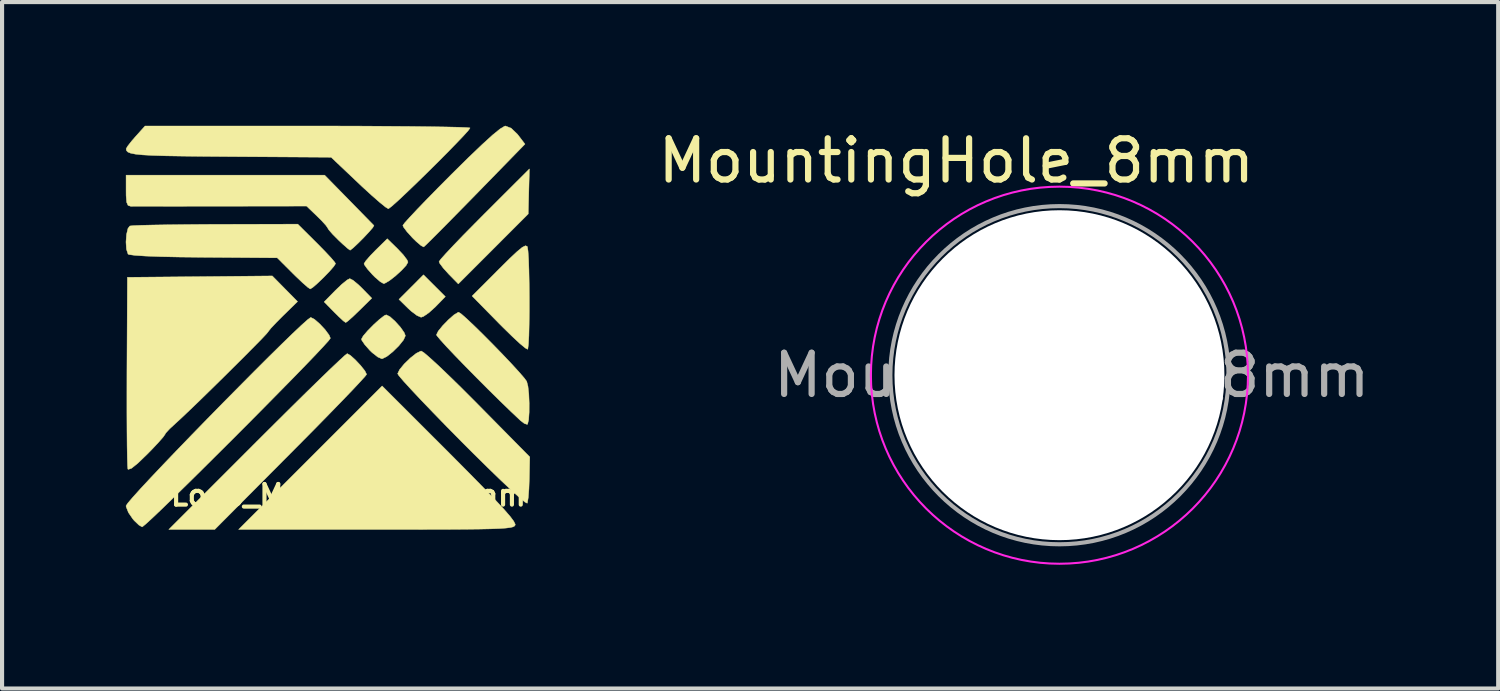
<source format=kicad_pcb>
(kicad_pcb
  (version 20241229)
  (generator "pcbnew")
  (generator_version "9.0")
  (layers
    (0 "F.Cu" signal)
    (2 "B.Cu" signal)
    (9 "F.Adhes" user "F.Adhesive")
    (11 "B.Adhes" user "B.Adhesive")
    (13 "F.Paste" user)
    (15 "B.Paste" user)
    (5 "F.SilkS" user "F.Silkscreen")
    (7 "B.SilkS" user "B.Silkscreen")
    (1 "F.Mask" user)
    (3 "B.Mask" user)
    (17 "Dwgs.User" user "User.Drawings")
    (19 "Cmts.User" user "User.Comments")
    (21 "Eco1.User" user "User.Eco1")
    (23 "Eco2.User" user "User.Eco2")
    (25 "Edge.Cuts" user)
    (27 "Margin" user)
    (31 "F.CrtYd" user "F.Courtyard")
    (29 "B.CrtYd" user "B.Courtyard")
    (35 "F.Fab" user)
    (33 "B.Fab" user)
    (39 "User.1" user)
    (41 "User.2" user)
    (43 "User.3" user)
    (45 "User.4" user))
  (footprint "MountingHole_8mm"
    (layer "F.Cu")
    (at 22.64 6.048)
    (property "Reference" "MountingHole_8mm" (at -2.5 -5.2 0) (unlocked yes) (layer "F.SilkS") (effects (font (size 1 1) (thickness 0.15))))
    (attr through_hole)
    (fp_circle (center 0 0) (end 4.572 0) (stroke (width 0.05) (type solid)) (fill no) (layer "F.CrtYd"))
    (fp_circle (center 0 0) (end 4.1 0) (stroke (width 0.1) (type solid)) (fill no) (layer "F.Fab"))
    (fp_text user "${REFERENCE}" (at 0.3 0 0) (layer "F.Fab") (effects (font (size 1 1) (thickness 0.15))))
    (pad "" np_thru_hole circle (at 0 0) (size 8 8) (drill 8) (layers "*.Cu" "*.Mask")))
  (footprint "Logo_Magnitude_10mm"
    (layer "F.Cu")
    (at 4.899 4.96)
    (property "Reference" "Logo_Magnitude_10mm" (at 0.5 4 0) (layer "F.SilkS") (effects (font (size 0.5 0.5) (thickness 0.1))))
    (attr exclude_from_pos_files exclude_from_bom)
    (fp_poly (pts (xy 2.85 -0.817) (xy 2.604 -0.565) (xy 2.451 -0.427) (xy 2.32 -0.337) (xy 2.261 -0.317) (xy 2.161 -0.36) (xy 2.019 -0.467) (xy 1.944 -0.536) (xy 1.725 -0.751) (xy 2.023 -1.049) (xy 2.32 -1.347) (xy 2.85 -0.817)) (stroke (width 0.01) (type solid)) (fill yes) (layer "F.SilkS"))
    (fp_poly (pts (xy 4.86 -2.823) (xy 4.012 -1.974) (xy 3.164 -1.126) (xy 2.93 -1.365) (xy 2.799 -1.51) (xy 2.714 -1.624) (xy 2.697 -1.665) (xy 2.739 -1.725) (xy 2.859 -1.859) (xy 3.044 -2.057) (xy 3.282 -2.304) (xy 3.562 -2.588) (xy 3.792 -2.82) (xy 4.888 -3.914) (xy 4.86 -2.823)) (stroke (width 0.01) (type solid)) (fill yes) (layer "F.SilkS"))
    (fp_poly (pts (xy 0.613 -1.213) (xy 0.742 -1.106) (xy 0.834 -1.017) (xy 1.066 -0.779) (xy 0.766 -0.484) (xy 0.61 -0.334) (xy 0.491 -0.228) (xy 0.434 -0.188) (xy 0.376 -0.229) (xy 0.261 -0.336) (xy 0.157 -0.439) (xy -0.089 -0.69) (xy 0.188 -0.972) (xy 0.343 -1.12) (xy 0.47 -1.222) (xy 0.533 -1.254) (xy 0.613 -1.213)) (stroke (width 0.01) (type solid)) (fill yes) (layer "F.SilkS"))
    (fp_poly (pts (xy 1.693 -1.976) (xy 1.832 -1.828) (xy 1.923 -1.706) (xy 1.944 -1.654) (xy 1.899 -1.573) (xy 1.784 -1.45) (xy 1.637 -1.316) (xy 1.49 -1.202) (xy 1.378 -1.138) (xy 1.353 -1.133) (xy 1.273 -1.178) (xy 1.147 -1.286) (xy 1.082 -1.351) (xy 0.961 -1.487) (xy 0.888 -1.589) (xy 0.878 -1.616) (xy 0.92 -1.683) (xy 1.028 -1.808) (xy 1.16 -1.944) (xy 1.442 -2.221) (xy 1.693 -1.976)) (stroke (width 0.01) (type solid)) (fill yes) (layer "F.SilkS"))
    (fp_poly (pts (xy 1.507 -0.331) (xy 1.633 -0.218) (xy 1.76 -0.077) (xy 1.853 0.056) (xy 1.881 0.131) (xy 1.836 0.233) (xy 1.723 0.374) (xy 1.576 0.519) (xy 1.43 0.635) (xy 1.32 0.689) (xy 1.311 0.69) (xy 1.213 0.648) (xy 1.076 0.541) (xy 1.016 0.483) (xy 0.895 0.346) (xy 0.824 0.241) (xy 0.815 0.214) (xy 0.858 0.136) (xy 0.967 0.009) (xy 1.11 -0.136) (xy 1.255 -0.268) (xy 1.371 -0.357) (xy 1.417 -0.376) (xy 1.507 -0.331)) (stroke (width 0.01) (type solid)) (fill yes) (layer "F.SilkS"))
    (fp_poly (pts (xy 2.951 2.982) (xy 3.401 3.435) (xy 3.767 3.808) (xy 4.055 4.107) (xy 4.271 4.339) (xy 4.42 4.511) (xy 4.509 4.63) (xy 4.544 4.702) (xy 4.543 4.722) (xy 4.527 4.746) (xy 4.491 4.766) (xy 4.425 4.782) (xy 4.32 4.795) (xy 4.166 4.806) (xy 3.952 4.814) (xy 3.668 4.82) (xy 3.305 4.824) (xy 2.853 4.827) (xy 2.302 4.828) (xy 1.641 4.829) (xy 1.169 4.829) (xy -2.163 4.829) (xy 1.317 1.349) (xy 2.951 2.982)) (stroke (width 0.01) (type solid)) (fill yes) (layer "F.SilkS"))
    (fp_poly (pts (xy 4.832 -2.037) (xy 4.84 -2.023) (xy 4.855 -1.924) (xy 4.868 -1.73) (xy 4.877 -1.463) (xy 4.883 -1.148) (xy 4.886 -0.808) (xy 4.886 -0.466) (xy 4.882 -0.146) (xy 4.876 0.128) (xy 4.865 0.333) (xy 4.851 0.446) (xy 4.845 0.46) (xy 4.787 0.428) (xy 4.658 0.321) (xy 4.476 0.152) (xy 4.257 -0.062) (xy 4.148 -0.171) (xy 3.499 -0.832) (xy 4.148 -1.482) (xy 4.406 -1.738) (xy 4.591 -1.911) (xy 4.715 -2.013) (xy 4.792 -2.051) (xy 4.832 -2.037)) (stroke (width 0.01) (type solid)) (fill yes) (layer "F.SilkS"))
    (fp_poly (pts (xy 0.549 0.609) (xy 0.669 0.717) (xy 0.797 0.854) (xy 0.899 0.982) (xy 0.941 1.067) (xy 0.941 1.068) (xy 0.898 1.123) (xy 0.775 1.258) (xy 0.583 1.463) (xy 0.329 1.727) (xy 0.023 2.042) (xy -0.325 2.397) (xy -0.707 2.783) (xy -0.901 2.978) (xy -2.742 4.829) (xy -3.856 4.829) (xy -1.725 2.697) (xy -1.297 2.271) (xy -0.896 1.873) (xy -0.53 1.512) (xy -0.207 1.197) (xy 0.063 0.936) (xy 0.272 0.738) (xy 0.41 0.611) (xy 0.47 0.565) (xy 0.47 0.564) (xy 0.549 0.609)) (stroke (width 0.01) (type solid)) (fill yes) (layer "F.SilkS"))
    (fp_poly (pts (xy 4.446 -4.901) (xy 4.596 -4.757) (xy 4.614 -4.735) (xy 4.781 -4.516) (xy 3.573 -3.277) (xy 3.255 -2.953) (xy 2.966 -2.659) (xy 2.717 -2.407) (xy 2.52 -2.21) (xy 2.385 -2.077) (xy 2.326 -2.023) (xy 2.324 -2.022) (xy 2.262 -2.054) (xy 2.145 -2.153) (xy 2.052 -2.244) (xy 1.921 -2.389) (xy 1.836 -2.503) (xy 1.819 -2.543) (xy 1.861 -2.602) (xy 1.982 -2.737) (xy 2.168 -2.935) (xy 2.409 -3.185) (xy 2.692 -3.474) (xy 2.995 -3.779) (xy 3.408 -4.187) (xy 3.741 -4.505) (xy 3.996 -4.737) (xy 4.177 -4.884) (xy 4.287 -4.95) (xy 4.309 -4.955) (xy 4.446 -4.901)) (stroke (width 0.01) (type solid)) (fill yes) (layer "F.SilkS"))
    (fp_poly (pts (xy 2.334 0.545) (xy 2.476 0.667) (xy 2.683 0.856) (xy 2.94 1.102) (xy 3.237 1.392) (xy 3.561 1.716) (xy 3.63 1.786) (xy 4.897 3.07) (xy 4.886 3.598) (xy 4.877 3.848) (xy 4.861 4.052) (xy 4.841 4.176) (xy 4.835 4.193) (xy 4.782 4.166) (xy 4.651 4.058) (xy 4.452 3.878) (xy 4.193 3.634) (xy 3.883 3.334) (xy 3.533 2.989) (xy 3.243 2.699) (xy 2.882 2.333) (xy 2.551 1.992) (xy 2.259 1.688) (xy 2.018 1.431) (xy 1.836 1.232) (xy 1.725 1.102) (xy 1.693 1.052) (xy 1.739 0.954) (xy 1.852 0.816) (xy 1.999 0.673) (xy 2.145 0.557) (xy 2.256 0.503) (xy 2.266 0.502) (xy 2.334 0.545)) (stroke (width 0.01) (type solid)) (fill yes) (layer "F.SilkS"))
    (fp_poly (pts (xy 3.238 -0.396) (xy 3.372 -0.278) (xy 3.556 -0.104) (xy 3.774 0.11) (xy 4.008 0.346) (xy 4.242 0.587) (xy 4.458 0.815) (xy 4.638 1.012) (xy 4.767 1.161) (xy 4.823 1.239) (xy 4.853 1.355) (xy 4.874 1.543) (xy 4.883 1.766) (xy 4.882 1.987) (xy 4.87 2.168) (xy 4.845 2.272) (xy 4.836 2.282) (xy 4.767 2.26) (xy 4.672 2.188) (xy 4.439 1.968) (xy 4.174 1.712) (xy 3.893 1.435) (xy 3.609 1.15) (xy 3.337 0.874) (xy 3.09 0.619) (xy 2.883 0.401) (xy 2.731 0.233) (xy 2.646 0.131) (xy 2.634 0.108) (xy 2.677 0.02) (xy 2.785 -0.113) (xy 2.923 -0.255) (xy 3.059 -0.375) (xy 3.159 -0.436) (xy 3.173 -0.439) (xy 3.238 -0.396)) (stroke (width 0.01) (type solid)) (fill yes) (layer "F.SilkS"))
    (fp_poly (pts (xy -0.27 -2.12) (xy -0.079 -1.926) (xy 0.073 -1.764) (xy 0.167 -1.653) (xy 0.188 -1.618) (xy 0.146 -1.551) (xy 0.041 -1.43) (xy -0.099 -1.285) (xy -0.244 -1.146) (xy -0.363 -1.042) (xy -0.426 -1.003) (xy -0.488 -1.045) (xy -0.615 -1.156) (xy -0.782 -1.315) (xy -0.849 -1.381) (xy -1.226 -1.758) (xy -3.012 -1.771) (xy -3.582 -1.777) (xy -4.053 -1.787) (xy -4.42 -1.801) (xy -4.678 -1.818) (xy -4.818 -1.837) (xy -4.844 -1.848) (xy -4.883 -1.967) (xy -4.894 -2.141) (xy -4.881 -2.325) (xy -4.846 -2.471) (xy -4.801 -2.53) (xy -4.719 -2.539) (xy -4.526 -2.547) (xy -4.24 -2.554) (xy -3.875 -2.56) (xy -3.449 -2.565) (xy -2.976 -2.569) (xy -2.719 -2.57) (xy -0.728 -2.575) (xy -0.27 -2.12)) (stroke (width 0.01) (type solid)) (fill yes) (layer "F.SilkS"))
    (fp_poly (pts (xy 0.51 -3.164) (xy 0.728 -2.941) (xy 0.913 -2.752) (xy 1.047 -2.615) (xy 1.115 -2.545) (xy 1.119 -2.541) (xy 1.09 -2.49) (xy 0.996 -2.382) (xy 0.868 -2.245) (xy 0.731 -2.108) (xy 0.614 -1.998) (xy 0.545 -1.945) (xy 0.54 -1.944) (xy 0.483 -1.984) (xy 0.366 -2.087) (xy 0.256 -2.19) (xy 0.116 -2.331) (xy 0.023 -2.438) (xy 0 -2.477) (xy -0.042 -2.54) (xy -0.149 -2.658) (xy -0.258 -2.766) (xy -0.515 -3.013) (xy -2.594 -3.01) (xy -3.096 -3.01) (xy -3.561 -3.009) (xy -3.974 -3.009) (xy -4.318 -3.008) (xy -4.578 -3.008) (xy -4.739 -3.009) (xy -4.782 -3.009) (xy -4.844 -3.029) (xy -4.878 -3.106) (xy -4.891 -3.266) (xy -4.892 -3.387) (xy -4.892 -3.763) (xy -0.077 -3.763) (xy 0.51 -3.164)) (stroke (width 0.01) (type solid)) (fill yes) (layer "F.SilkS"))
    (fp_poly (pts (xy -1.04 -1.008) (xy -0.734 -0.698) (xy -1.088 -0.352) (xy -1.254 -0.185) (xy -1.379 -0.052) (xy -1.44 0.023) (xy -1.442 0.03) (xy -1.485 0.082) (xy -1.603 0.208) (xy -1.783 0.391) (xy -2.009 0.619) (xy -2.267 0.876) (xy -2.542 1.149) (xy -2.821 1.423) (xy -3.087 1.683) (xy -3.328 1.915) (xy -3.528 2.105) (xy -3.673 2.239) (xy -3.694 2.258) (xy -3.836 2.389) (xy -3.928 2.489) (xy -3.948 2.524) (xy -3.991 2.586) (xy -4.103 2.714) (xy -4.266 2.888) (xy -4.384 3.008) (xy -4.607 3.223) (xy -4.76 3.346) (xy -4.84 3.373) (xy -4.849 3.363) (xy -4.856 3.283) (xy -4.862 3.092) (xy -4.867 2.805) (xy -4.87 2.436) (xy -4.872 2) (xy -4.872 1.512) (xy -4.871 0.997) (xy -4.86 -1.286) (xy -3.103 -1.302) (xy -1.346 -1.319) (xy -1.04 -1.008)) (stroke (width 0.01) (type solid)) (fill yes) (layer "F.SilkS"))
    (fp_poly (pts (xy 0.199 -4.954) (xy 0.851 -4.952) (xy 1.453 -4.948) (xy 1.997 -4.944) (xy 2.469 -4.938) (xy 2.861 -4.932) (xy 3.162 -4.925) (xy 3.361 -4.917) (xy 3.447 -4.909) (xy 3.449 -4.907) (xy 3.407 -4.846) (xy 3.289 -4.715) (xy 3.111 -4.529) (xy 2.891 -4.303) (xy 2.643 -4.054) (xy 2.384 -3.798) (xy 2.129 -3.549) (xy 1.895 -3.325) (xy 1.697 -3.139) (xy 1.551 -3.009) (xy 1.473 -2.95) (xy 1.467 -2.948) (xy 1.399 -2.989) (xy 1.259 -3.102) (xy 1.066 -3.271) (xy 0.836 -3.481) (xy 0.739 -3.573) (xy 0.08 -4.197) (xy -2.359 -4.213) (xy -2.991 -4.218) (xy -3.509 -4.224) (xy -3.924 -4.231) (xy -4.247 -4.241) (xy -4.49 -4.254) (xy -4.663 -4.272) (xy -4.779 -4.295) (xy -4.848 -4.323) (xy -4.882 -4.358) (xy -4.891 -4.401) (xy -4.853 -4.467) (xy -4.754 -4.593) (xy -4.662 -4.699) (xy -4.432 -4.955) (xy -0.491 -4.955) (xy 0.199 -4.954)) (stroke (width 0.01) (type solid)) (fill yes) (layer "F.SilkS"))
    (fp_poly (pts (xy -0.323 -0.267) (xy -0.196 -0.156) (xy -0.066 -0.017) (xy 0.031 0.114) (xy 0.063 0.191) (xy 0.02 0.25) (xy -0.103 0.386) (xy -0.294 0.59) (xy -0.545 0.851) (xy -0.843 1.158) (xy -1.181 1.502) (xy -1.546 1.872) (xy -1.929 2.259) (xy -2.32 2.651) (xy -2.709 3.038) (xy -3.084 3.411) (xy -3.437 3.759) (xy -3.756 4.071) (xy -4.031 4.338) (xy -4.253 4.549) (xy -4.411 4.694) (xy -4.494 4.762) (xy -4.504 4.766) (xy -4.581 4.722) (xy -4.695 4.613) (xy -4.729 4.573) (xy -4.835 4.418) (xy -4.89 4.278) (xy -4.892 4.254) (xy -4.849 4.189) (xy -4.727 4.046) (xy -4.537 3.835) (xy -4.288 3.568) (xy -3.992 3.255) (xy -3.657 2.905) (xy -3.295 2.53) (xy -2.916 2.141) (xy -2.53 1.747) (xy -2.146 1.359) (xy -1.777 0.987) (xy -1.431 0.642) (xy -1.119 0.335) (xy -0.851 0.075) (xy -0.638 -0.126) (xy -0.489 -0.259) (xy -0.416 -0.312) (xy -0.413 -0.313) (xy -0.323 -0.267)) (stroke (width 0.01) (type solid)) (fill yes) (layer "F.SilkS")))
  (gr_rect
    (start -3 -3)
    (end 33.279 13.645)
    (stroke (width 0.1) (type default))
    (fill no)
    (layer "Edge.Cuts")))
</source>
